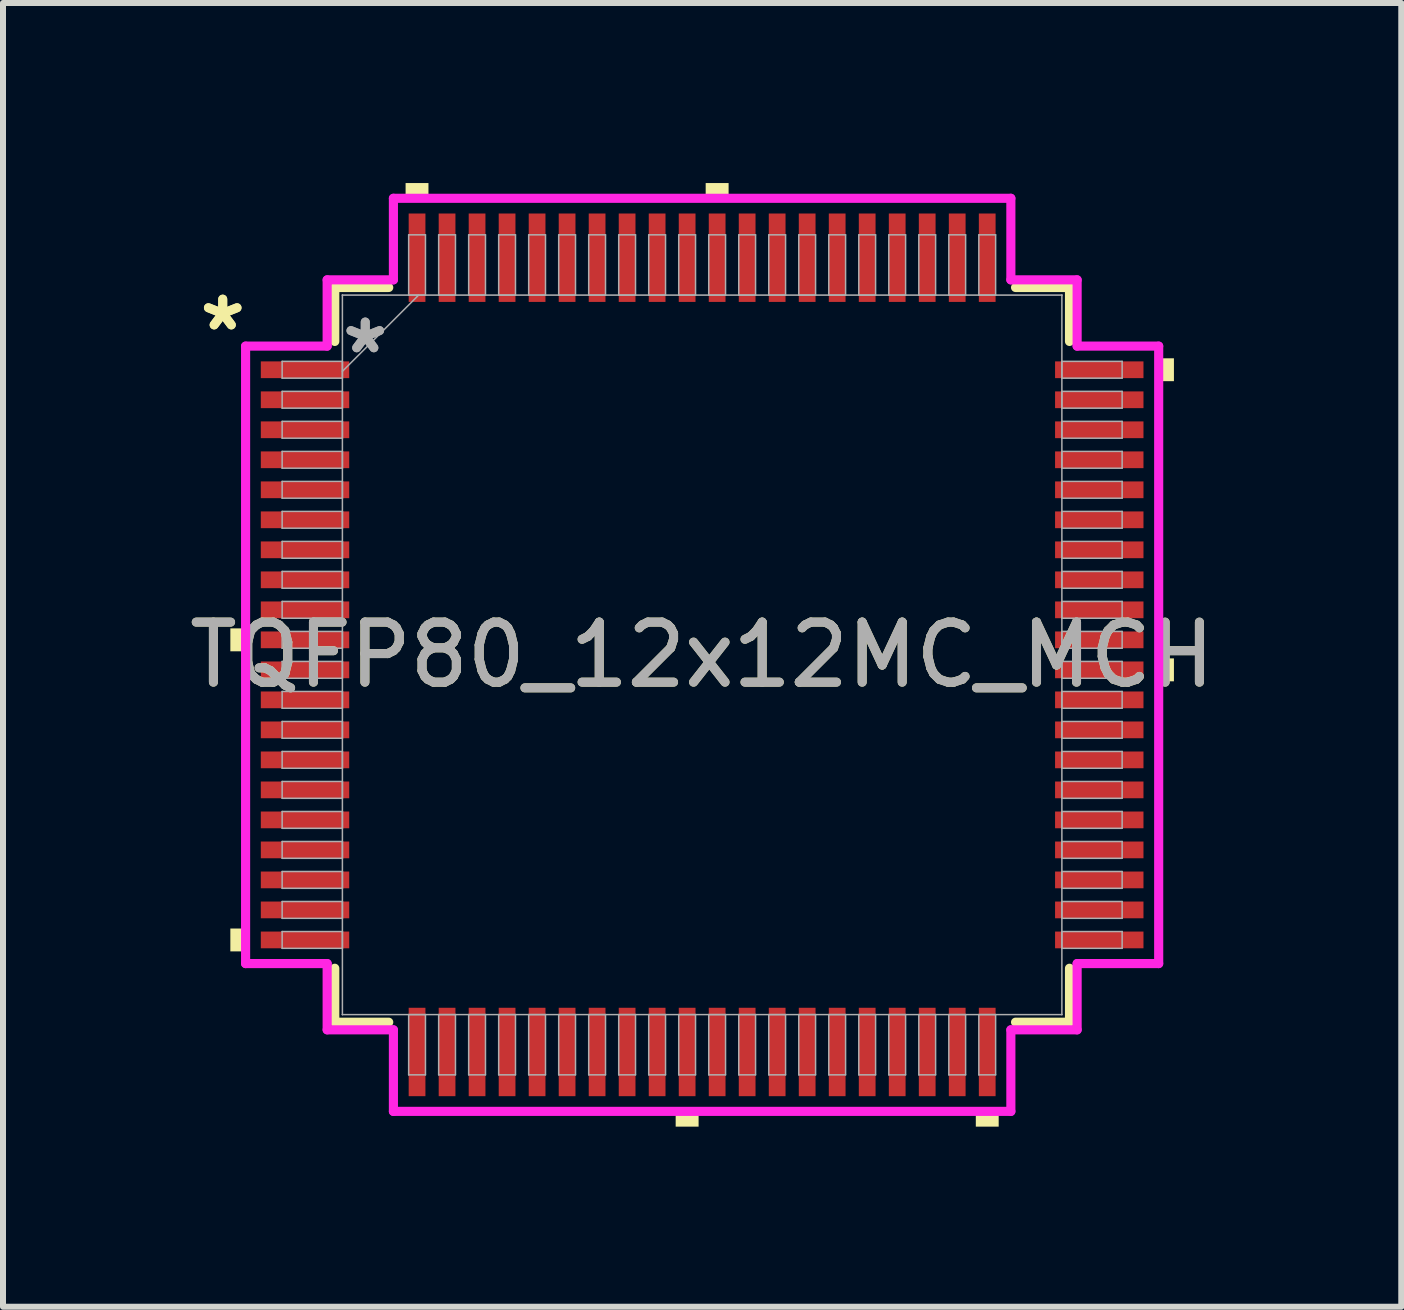
<source format=kicad_pcb>
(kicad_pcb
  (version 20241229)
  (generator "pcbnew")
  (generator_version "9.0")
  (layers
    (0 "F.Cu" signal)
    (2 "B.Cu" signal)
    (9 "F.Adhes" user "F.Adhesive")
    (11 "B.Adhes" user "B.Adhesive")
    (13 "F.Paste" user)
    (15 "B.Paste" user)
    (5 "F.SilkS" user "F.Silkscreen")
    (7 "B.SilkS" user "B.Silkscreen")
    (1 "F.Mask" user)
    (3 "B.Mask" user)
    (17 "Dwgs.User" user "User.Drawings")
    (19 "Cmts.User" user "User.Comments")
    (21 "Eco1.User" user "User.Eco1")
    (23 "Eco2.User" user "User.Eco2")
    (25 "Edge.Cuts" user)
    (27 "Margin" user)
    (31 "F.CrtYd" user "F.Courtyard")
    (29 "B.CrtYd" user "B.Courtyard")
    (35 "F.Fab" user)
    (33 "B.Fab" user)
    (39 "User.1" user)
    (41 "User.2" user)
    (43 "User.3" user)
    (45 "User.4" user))
  (footprint "TQFP80_12x12MC_MCH"
    (layer "F.Cu")
    (at 8.649 7.861)
    (property "Reference" "TQFP80_12x12MC_MCH" (at 0 0 0) (unlocked yes) (layer "F.SilkS") (effects (font (size 1 1) (thickness 0.15))))
    (attr smd)
    (fp_line (start -6.121 -6.121) (end -6.121 -5.222) (stroke (width 0.152) (type solid)) (layer "F.SilkS"))
    (fp_line (start -6.121 5.222) (end -6.121 6.121) (stroke (width 0.152) (type solid)) (layer "F.SilkS"))
    (fp_line (start -6.121 6.121) (end -5.222 6.121) (stroke (width 0.152) (type solid)) (layer "F.SilkS"))
    (fp_line (start -5.222 -6.121) (end -6.121 -6.121) (stroke (width 0.152) (type solid)) (layer "F.SilkS"))
    (fp_line (start 5.222 6.121) (end 6.121 6.121) (stroke (width 0.152) (type solid)) (layer "F.SilkS"))
    (fp_line (start 6.121 -6.121) (end 5.222 -6.121) (stroke (width 0.152) (type solid)) (layer "F.SilkS"))
    (fp_line (start 6.121 -5.222) (end 6.121 -6.121) (stroke (width 0.152) (type solid)) (layer "F.SilkS"))
    (fp_line (start 6.121 6.121) (end 6.121 5.222) (stroke (width 0.152) (type solid)) (layer "F.SilkS"))
    (fp_poly (pts (xy -7.861 -0.441) (xy -7.861 -0.059) (xy -7.607 -0.059) (xy -7.607 -0.441)) (stroke (width 0) (type solid)) (fill yes) (layer "F.SilkS"))
    (fp_poly (pts (xy -7.861 4.56) (xy -7.861 4.941) (xy -7.607 4.941) (xy -7.607 4.56)) (stroke (width 0) (type solid)) (fill yes) (layer "F.SilkS"))
    (fp_poly (pts (xy -4.941 -7.607) (xy -4.941 -7.861) (xy -4.56 -7.861) (xy -4.56 -7.607)) (stroke (width 0) (type solid)) (fill yes) (layer "F.SilkS"))
    (fp_poly (pts (xy -0.441 7.607) (xy -0.441 7.861) (xy -0.059 7.861) (xy -0.059 7.607)) (stroke (width 0) (type solid)) (fill yes) (layer "F.SilkS"))
    (fp_poly (pts (xy 0.059 -7.607) (xy 0.059 -7.861) (xy 0.441 -7.861) (xy 0.441 -7.607)) (stroke (width 0) (type solid)) (fill yes) (layer "F.SilkS"))
    (fp_poly (pts (xy 4.56 7.607) (xy 4.56 7.861) (xy 4.941 7.861) (xy 4.941 7.607)) (stroke (width 0) (type solid)) (fill yes) (layer "F.SilkS"))
    (fp_poly (pts (xy 7.861 -4.941) (xy 7.861 -4.56) (xy 7.607 -4.56) (xy 7.607 -4.941)) (stroke (width 0) (type solid)) (fill yes) (layer "F.SilkS"))
    (fp_poly (pts (xy 7.861 0.059) (xy 7.861 0.441) (xy 7.607 0.441) (xy 7.607 0.059)) (stroke (width 0) (type solid)) (fill yes) (layer "F.SilkS"))
    (fp_line (start -7.607 -5.144) (end -6.248 -5.144) (stroke (width 0.152) (type solid)) (layer "F.CrtYd"))
    (fp_line (start -7.607 5.144) (end -7.607 -5.144) (stroke (width 0.152) (type solid)) (layer "F.CrtYd"))
    (fp_line (start -6.248 -6.248) (end -5.144 -6.248) (stroke (width 0.152) (type solid)) (layer "F.CrtYd"))
    (fp_line (start -6.248 -5.144) (end -6.248 -6.248) (stroke (width 0.152) (type solid)) (layer "F.CrtYd"))
    (fp_line (start -6.248 5.144) (end -7.607 5.144) (stroke (width 0.152) (type solid)) (layer "F.CrtYd"))
    (fp_line (start -6.248 6.248) (end -6.248 5.144) (stroke (width 0.152) (type solid)) (layer "F.CrtYd"))
    (fp_line (start -6.248 6.248) (end -5.144 6.248) (stroke (width 0.152) (type solid)) (layer "F.CrtYd"))
    (fp_line (start -5.144 -7.607) (end 5.144 -7.607) (stroke (width 0.152) (type solid)) (layer "F.CrtYd"))
    (fp_line (start -5.144 -6.248) (end -5.144 -7.607) (stroke (width 0.152) (type solid)) (layer "F.CrtYd"))
    (fp_line (start -5.144 6.248) (end -5.144 7.607) (stroke (width 0.152) (type solid)) (layer "F.CrtYd"))
    (fp_line (start -5.144 7.607) (end 5.144 7.607) (stroke (width 0.152) (type solid)) (layer "F.CrtYd"))
    (fp_line (start 5.144 -7.607) (end 5.144 -6.248) (stroke (width 0.152) (type solid)) (layer "F.CrtYd"))
    (fp_line (start 5.144 -6.248) (end 6.248 -6.248) (stroke (width 0.152) (type solid)) (layer "F.CrtYd"))
    (fp_line (start 5.144 6.248) (end 6.248 6.248) (stroke (width 0.152) (type solid)) (layer "F.CrtYd"))
    (fp_line (start 5.144 7.607) (end 5.144 6.248) (stroke (width 0.152) (type solid)) (layer "F.CrtYd"))
    (fp_line (start 6.248 -5.144) (end 6.248 -6.248) (stroke (width 0.152) (type solid)) (layer "F.CrtYd"))
    (fp_line (start 6.248 5.144) (end 7.607 5.144) (stroke (width 0.152) (type solid)) (layer "F.CrtYd"))
    (fp_line (start 6.248 6.248) (end 6.248 5.144) (stroke (width 0.152) (type solid)) (layer "F.CrtYd"))
    (fp_line (start 7.607 -5.144) (end 6.248 -5.144) (stroke (width 0.152) (type solid)) (layer "F.CrtYd"))
    (fp_line (start 7.607 5.144) (end 7.607 -5.144) (stroke (width 0.152) (type solid)) (layer "F.CrtYd"))
    (fp_line (start -6.998 -4.89) (end -6.998 -4.61) (stroke (width 0.025) (type solid)) (layer "F.Fab"))
    (fp_line (start -6.998 -4.61) (end -5.994 -4.61) (stroke (width 0.025) (type solid)) (layer "F.Fab"))
    (fp_line (start -6.998 -4.39) (end -6.998 -4.11) (stroke (width 0.025) (type solid)) (layer "F.Fab"))
    (fp_line (start -6.998 -4.11) (end -5.994 -4.11) (stroke (width 0.025) (type solid)) (layer "F.Fab"))
    (fp_line (start -6.998 -3.89) (end -6.998 -3.61) (stroke (width 0.025) (type solid)) (layer "F.Fab"))
    (fp_line (start -6.998 -3.61) (end -5.994 -3.61) (stroke (width 0.025) (type solid)) (layer "F.Fab"))
    (fp_line (start -6.998 -3.39) (end -6.998 -3.11) (stroke (width 0.025) (type solid)) (layer "F.Fab"))
    (fp_line (start -6.998 -3.11) (end -5.994 -3.11) (stroke (width 0.025) (type solid)) (layer "F.Fab"))
    (fp_line (start -6.998 -2.89) (end -6.998 -2.61) (stroke (width 0.025) (type solid)) (layer "F.Fab"))
    (fp_line (start -6.998 -2.61) (end -5.994 -2.61) (stroke (width 0.025) (type solid)) (layer "F.Fab"))
    (fp_line (start -6.998 -2.39) (end -6.998 -2.11) (stroke (width 0.025) (type solid)) (layer "F.Fab"))
    (fp_line (start -6.998 -2.11) (end -5.994 -2.11) (stroke (width 0.025) (type solid)) (layer "F.Fab"))
    (fp_line (start -6.998 -1.89) (end -6.998 -1.61) (stroke (width 0.025) (type solid)) (layer "F.Fab"))
    (fp_line (start -6.998 -1.61) (end -5.994 -1.61) (stroke (width 0.025) (type solid)) (layer "F.Fab"))
    (fp_line (start -6.998 -1.39) (end -6.998 -1.11) (stroke (width 0.025) (type solid)) (layer "F.Fab"))
    (fp_line (start -6.998 -1.11) (end -5.994 -1.11) (stroke (width 0.025) (type solid)) (layer "F.Fab"))
    (fp_line (start -6.998 -0.89) (end -6.998 -0.61) (stroke (width 0.025) (type solid)) (layer "F.Fab"))
    (fp_line (start -6.998 -0.61) (end -5.994 -0.61) (stroke (width 0.025) (type solid)) (layer "F.Fab"))
    (fp_line (start -6.998 -0.39) (end -6.998 -0.11) (stroke (width 0.025) (type solid)) (layer "F.Fab"))
    (fp_line (start -6.998 -0.11) (end -5.994 -0.11) (stroke (width 0.025) (type solid)) (layer "F.Fab"))
    (fp_line (start -6.998 0.11) (end -6.998 0.39) (stroke (width 0.025) (type solid)) (layer "F.Fab"))
    (fp_line (start -6.998 0.39) (end -5.994 0.39) (stroke (width 0.025) (type solid)) (layer "F.Fab"))
    (fp_line (start -6.998 0.61) (end -6.998 0.89) (stroke (width 0.025) (type solid)) (layer "F.Fab"))
    (fp_line (start -6.998 0.89) (end -5.994 0.89) (stroke (width 0.025) (type solid)) (layer "F.Fab"))
    (fp_line (start -6.998 1.11) (end -6.998 1.39) (stroke (width 0.025) (type solid)) (layer "F.Fab"))
    (fp_line (start -6.998 1.39) (end -5.994 1.39) (stroke (width 0.025) (type solid)) (layer "F.Fab"))
    (fp_line (start -6.998 1.61) (end -6.998 1.89) (stroke (width 0.025) (type solid)) (layer "F.Fab"))
    (fp_line (start -6.998 1.89) (end -5.994 1.89) (stroke (width 0.025) (type solid)) (layer "F.Fab"))
    (fp_line (start -6.998 2.11) (end -6.998 2.39) (stroke (width 0.025) (type solid)) (layer "F.Fab"))
    (fp_line (start -6.998 2.39) (end -5.994 2.39) (stroke (width 0.025) (type solid)) (layer "F.Fab"))
    (fp_line (start -6.998 2.61) (end -6.998 2.89) (stroke (width 0.025) (type solid)) (layer "F.Fab"))
    (fp_line (start -6.998 2.89) (end -5.994 2.89) (stroke (width 0.025) (type solid)) (layer "F.Fab"))
    (fp_line (start -6.998 3.11) (end -6.998 3.39) (stroke (width 0.025) (type solid)) (layer "F.Fab"))
    (fp_line (start -6.998 3.39) (end -5.994 3.39) (stroke (width 0.025) (type solid)) (layer "F.Fab"))
    (fp_line (start -6.998 3.61) (end -6.998 3.89) (stroke (width 0.025) (type solid)) (layer "F.Fab"))
    (fp_line (start -6.998 3.89) (end -5.994 3.89) (stroke (width 0.025) (type solid)) (layer "F.Fab"))
    (fp_line (start -6.998 4.11) (end -6.998 4.39) (stroke (width 0.025) (type solid)) (layer "F.Fab"))
    (fp_line (start -6.998 4.39) (end -5.994 4.39) (stroke (width 0.025) (type solid)) (layer "F.Fab"))
    (fp_line (start -6.998 4.61) (end -6.998 4.89) (stroke (width 0.025) (type solid)) (layer "F.Fab"))
    (fp_line (start -6.998 4.89) (end -5.994 4.89) (stroke (width 0.025) (type solid)) (layer "F.Fab"))
    (fp_line (start -5.994 -5.994) (end -5.994 -5.994) (stroke (width 0.025) (type solid)) (layer "F.Fab"))
    (fp_line (start -5.994 -5.994) (end -5.994 5.994) (stroke (width 0.025) (type solid)) (layer "F.Fab"))
    (fp_line (start -5.994 -4.89) (end -6.998 -4.89) (stroke (width 0.025) (type solid)) (layer "F.Fab"))
    (fp_line (start -5.994 -4.724) (end -4.724 -5.994) (stroke (width 0.025) (type solid)) (layer "F.Fab"))
    (fp_line (start -5.994 -4.61) (end -5.994 -4.89) (stroke (width 0.025) (type solid)) (layer "F.Fab"))
    (fp_line (start -5.994 -4.39) (end -6.998 -4.39) (stroke (width 0.025) (type solid)) (layer "F.Fab"))
    (fp_line (start -5.994 -4.11) (end -5.994 -4.39) (stroke (width 0.025) (type solid)) (layer "F.Fab"))
    (fp_line (start -5.994 -3.89) (end -6.998 -3.89) (stroke (width 0.025) (type solid)) (layer "F.Fab"))
    (fp_line (start -5.994 -3.61) (end -5.994 -3.89) (stroke (width 0.025) (type solid)) (layer "F.Fab"))
    (fp_line (start -5.994 -3.39) (end -6.998 -3.39) (stroke (width 0.025) (type solid)) (layer "F.Fab"))
    (fp_line (start -5.994 -3.11) (end -5.994 -3.39) (stroke (width 0.025) (type solid)) (layer "F.Fab"))
    (fp_line (start -5.994 -2.89) (end -6.998 -2.89) (stroke (width 0.025) (type solid)) (layer "F.Fab"))
    (fp_line (start -5.994 -2.61) (end -5.994 -2.89) (stroke (width 0.025) (type solid)) (layer "F.Fab"))
    (fp_line (start -5.994 -2.39) (end -6.998 -2.39) (stroke (width 0.025) (type solid)) (layer "F.Fab"))
    (fp_line (start -5.994 -2.11) (end -5.994 -2.39) (stroke (width 0.025) (type solid)) (layer "F.Fab"))
    (fp_line (start -5.994 -1.89) (end -6.998 -1.89) (stroke (width 0.025) (type solid)) (layer "F.Fab"))
    (fp_line (start -5.994 -1.61) (end -5.994 -1.89) (stroke (width 0.025) (type solid)) (layer "F.Fab"))
    (fp_line (start -5.994 -1.39) (end -6.998 -1.39) (stroke (width 0.025) (type solid)) (layer "F.Fab"))
    (fp_line (start -5.994 -1.11) (end -5.994 -1.39) (stroke (width 0.025) (type solid)) (layer "F.Fab"))
    (fp_line (start -5.994 -0.89) (end -6.998 -0.89) (stroke (width 0.025) (type solid)) (layer "F.Fab"))
    (fp_line (start -5.994 -0.61) (end -5.994 -0.89) (stroke (width 0.025) (type solid)) (layer "F.Fab"))
    (fp_line (start -5.994 -0.39) (end -6.998 -0.39) (stroke (width 0.025) (type solid)) (layer "F.Fab"))
    (fp_line (start -5.994 -0.11) (end -5.994 -0.39) (stroke (width 0.025) (type solid)) (layer "F.Fab"))
    (fp_line (start -5.994 0.11) (end -6.998 0.11) (stroke (width 0.025) (type solid)) (layer "F.Fab"))
    (fp_line (start -5.994 0.39) (end -5.994 0.11) (stroke (width 0.025) (type solid)) (layer "F.Fab"))
    (fp_line (start -5.994 0.61) (end -6.998 0.61) (stroke (width 0.025) (type solid)) (layer "F.Fab"))
    (fp_line (start -5.994 0.89) (end -5.994 0.61) (stroke (width 0.025) (type solid)) (layer "F.Fab"))
    (fp_line (start -5.994 1.11) (end -6.998 1.11) (stroke (width 0.025) (type solid)) (layer "F.Fab"))
    (fp_line (start -5.994 1.39) (end -5.994 1.11) (stroke (width 0.025) (type solid)) (layer "F.Fab"))
    (fp_line (start -5.994 1.61) (end -6.998 1.61) (stroke (width 0.025) (type solid)) (layer "F.Fab"))
    (fp_line (start -5.994 1.89) (end -5.994 1.61) (stroke (width 0.025) (type solid)) (layer "F.Fab"))
    (fp_line (start -5.994 2.11) (end -6.998 2.11) (stroke (width 0.025) (type solid)) (layer "F.Fab"))
    (fp_line (start -5.994 2.39) (end -5.994 2.11) (stroke (width 0.025) (type solid)) (layer "F.Fab"))
    (fp_line (start -5.994 2.61) (end -6.998 2.61) (stroke (width 0.025) (type solid)) (layer "F.Fab"))
    (fp_line (start -5.994 2.89) (end -5.994 2.61) (stroke (width 0.025) (type solid)) (layer "F.Fab"))
    (fp_line (start -5.994 3.11) (end -6.998 3.11) (stroke (width 0.025) (type solid)) (layer "F.Fab"))
    (fp_line (start -5.994 3.39) (end -5.994 3.11) (stroke (width 0.025) (type solid)) (layer "F.Fab"))
    (fp_line (start -5.994 3.61) (end -6.998 3.61) (stroke (width 0.025) (type solid)) (layer "F.Fab"))
    (fp_line (start -5.994 3.89) (end -5.994 3.61) (stroke (width 0.025) (type solid)) (layer "F.Fab"))
    (fp_line (start -5.994 4.11) (end -6.998 4.11) (stroke (width 0.025) (type solid)) (layer "F.Fab"))
    (fp_line (start -5.994 4.39) (end -5.994 4.11) (stroke (width 0.025) (type solid)) (layer "F.Fab"))
    (fp_line (start -5.994 4.61) (end -6.998 4.61) (stroke (width 0.025) (type solid)) (layer "F.Fab"))
    (fp_line (start -5.994 4.89) (end -5.994 4.61) (stroke (width 0.025) (type solid)) (layer "F.Fab"))
    (fp_line (start -5.994 5.994) (end -5.994 5.994) (stroke (width 0.025) (type solid)) (layer "F.Fab"))
    (fp_line (start -5.994 5.994) (end 5.994 5.994) (stroke (width 0.025) (type solid)) (layer "F.Fab"))
    (fp_line (start -4.89 -6.998) (end -4.89 -5.994) (stroke (width 0.025) (type solid)) (layer "F.Fab"))
    (fp_line (start -4.89 -5.994) (end -4.61 -5.994) (stroke (width 0.025) (type solid)) (layer "F.Fab"))
    (fp_line (start -4.89 5.994) (end -4.89 6.998) (stroke (width 0.025) (type solid)) (layer "F.Fab"))
    (fp_line (start -4.89 6.998) (end -4.61 6.998) (stroke (width 0.025) (type solid)) (layer "F.Fab"))
    (fp_line (start -4.61 -6.998) (end -4.89 -6.998) (stroke (width 0.025) (type solid)) (layer "F.Fab"))
    (fp_line (start -4.61 -5.994) (end -4.61 -6.998) (stroke (width 0.025) (type solid)) (layer "F.Fab"))
    (fp_line (start -4.61 5.994) (end -4.89 5.994) (stroke (width 0.025) (type solid)) (layer "F.Fab"))
    (fp_line (start -4.61 6.998) (end -4.61 5.994) (stroke (width 0.025) (type solid)) (layer "F.Fab"))
    (fp_line (start -4.39 -6.998) (end -4.39 -5.994) (stroke (width 0.025) (type solid)) (layer "F.Fab"))
    (fp_line (start -4.39 -5.994) (end -4.11 -5.994) (stroke (width 0.025) (type solid)) (layer "F.Fab"))
    (fp_line (start -4.39 5.994) (end -4.39 6.998) (stroke (width 0.025) (type solid)) (layer "F.Fab"))
    (fp_line (start -4.39 6.998) (end -4.11 6.998) (stroke (width 0.025) (type solid)) (layer "F.Fab"))
    (fp_line (start -4.11 -6.998) (end -4.39 -6.998) (stroke (width 0.025) (type solid)) (layer "F.Fab"))
    (fp_line (start -4.11 -5.994) (end -4.11 -6.998) (stroke (width 0.025) (type solid)) (layer "F.Fab"))
    (fp_line (start -4.11 5.994) (end -4.39 5.994) (stroke (width 0.025) (type solid)) (layer "F.Fab"))
    (fp_line (start -4.11 6.998) (end -4.11 5.994) (stroke (width 0.025) (type solid)) (layer "F.Fab"))
    (fp_line (start -3.89 -6.998) (end -3.89 -5.994) (stroke (width 0.025) (type solid)) (layer "F.Fab"))
    (fp_line (start -3.89 -5.994) (end -3.61 -5.994) (stroke (width 0.025) (type solid)) (layer "F.Fab"))
    (fp_line (start -3.89 5.994) (end -3.89 6.998) (stroke (width 0.025) (type solid)) (layer "F.Fab"))
    (fp_line (start -3.89 6.998) (end -3.61 6.998) (stroke (width 0.025) (type solid)) (layer "F.Fab"))
    (fp_line (start -3.61 -6.998) (end -3.89 -6.998) (stroke (width 0.025) (type solid)) (layer "F.Fab"))
    (fp_line (start -3.61 -5.994) (end -3.61 -6.998) (stroke (width 0.025) (type solid)) (layer "F.Fab"))
    (fp_line (start -3.61 5.994) (end -3.89 5.994) (stroke (width 0.025) (type solid)) (layer "F.Fab"))
    (fp_line (start -3.61 6.998) (end -3.61 5.994) (stroke (width 0.025) (type solid)) (layer "F.Fab"))
    (fp_line (start -3.39 -6.998) (end -3.39 -5.994) (stroke (width 0.025) (type solid)) (layer "F.Fab"))
    (fp_line (start -3.39 -5.994) (end -3.11 -5.994) (stroke (width 0.025) (type solid)) (layer "F.Fab"))
    (fp_line (start -3.39 5.994) (end -3.39 6.998) (stroke (width 0.025) (type solid)) (layer "F.Fab"))
    (fp_line (start -3.39 6.998) (end -3.11 6.998) (stroke (width 0.025) (type solid)) (layer "F.Fab"))
    (fp_line (start -3.11 -6.998) (end -3.39 -6.998) (stroke (width 0.025) (type solid)) (layer "F.Fab"))
    (fp_line (start -3.11 -5.994) (end -3.11 -6.998) (stroke (width 0.025) (type solid)) (layer "F.Fab"))
    (fp_line (start -3.11 5.994) (end -3.39 5.994) (stroke (width 0.025) (type solid)) (layer "F.Fab"))
    (fp_line (start -3.11 6.998) (end -3.11 5.994) (stroke (width 0.025) (type solid)) (layer "F.Fab"))
    (fp_line (start -2.89 -6.998) (end -2.89 -5.994) (stroke (width 0.025) (type solid)) (layer "F.Fab"))
    (fp_line (start -2.89 -5.994) (end -2.61 -5.994) (stroke (width 0.025) (type solid)) (layer "F.Fab"))
    (fp_line (start -2.89 5.994) (end -2.89 6.998) (stroke (width 0.025) (type solid)) (layer "F.Fab"))
    (fp_line (start -2.89 6.998) (end -2.61 6.998) (stroke (width 0.025) (type solid)) (layer "F.Fab"))
    (fp_line (start -2.61 -6.998) (end -2.89 -6.998) (stroke (width 0.025) (type solid)) (layer "F.Fab"))
    (fp_line (start -2.61 -5.994) (end -2.61 -6.998) (stroke (width 0.025) (type solid)) (layer "F.Fab"))
    (fp_line (start -2.61 5.994) (end -2.89 5.994) (stroke (width 0.025) (type solid)) (layer "F.Fab"))
    (fp_line (start -2.61 6.998) (end -2.61 5.994) (stroke (width 0.025) (type solid)) (layer "F.Fab"))
    (fp_line (start -2.39 -6.998) (end -2.39 -5.994) (stroke (width 0.025) (type solid)) (layer "F.Fab"))
    (fp_line (start -2.39 -5.994) (end -2.11 -5.994) (stroke (width 0.025) (type solid)) (layer "F.Fab"))
    (fp_line (start -2.39 5.994) (end -2.39 6.998) (stroke (width 0.025) (type solid)) (layer "F.Fab"))
    (fp_line (start -2.39 6.998) (end -2.11 6.998) (stroke (width 0.025) (type solid)) (layer "F.Fab"))
    (fp_line (start -2.11 -6.998) (end -2.39 -6.998) (stroke (width 0.025) (type solid)) (layer "F.Fab"))
    (fp_line (start -2.11 -5.994) (end -2.11 -6.998) (stroke (width 0.025) (type solid)) (layer "F.Fab"))
    (fp_line (start -2.11 5.994) (end -2.39 5.994) (stroke (width 0.025) (type solid)) (layer "F.Fab"))
    (fp_line (start -2.11 6.998) (end -2.11 5.994) (stroke (width 0.025) (type solid)) (layer "F.Fab"))
    (fp_line (start -1.89 -6.998) (end -1.89 -5.994) (stroke (width 0.025) (type solid)) (layer "F.Fab"))
    (fp_line (start -1.89 -5.994) (end -1.61 -5.994) (stroke (width 0.025) (type solid)) (layer "F.Fab"))
    (fp_line (start -1.89 5.994) (end -1.89 6.998) (stroke (width 0.025) (type solid)) (layer "F.Fab"))
    (fp_line (start -1.89 6.998) (end -1.61 6.998) (stroke (width 0.025) (type solid)) (layer "F.Fab"))
    (fp_line (start -1.61 -6.998) (end -1.89 -6.998) (stroke (width 0.025) (type solid)) (layer "F.Fab"))
    (fp_line (start -1.61 -5.994) (end -1.61 -6.998) (stroke (width 0.025) (type solid)) (layer "F.Fab"))
    (fp_line (start -1.61 5.994) (end -1.89 5.994) (stroke (width 0.025) (type solid)) (layer "F.Fab"))
    (fp_line (start -1.61 6.998) (end -1.61 5.994) (stroke (width 0.025) (type solid)) (layer "F.Fab"))
    (fp_line (start -1.39 -6.998) (end -1.39 -5.994) (stroke (width 0.025) (type solid)) (layer "F.Fab"))
    (fp_line (start -1.39 -5.994) (end -1.11 -5.994) (stroke (width 0.025) (type solid)) (layer "F.Fab"))
    (fp_line (start -1.39 5.994) (end -1.39 6.998) (stroke (width 0.025) (type solid)) (layer "F.Fab"))
    (fp_line (start -1.39 6.998) (end -1.11 6.998) (stroke (width 0.025) (type solid)) (layer "F.Fab"))
    (fp_line (start -1.11 -6.998) (end -1.39 -6.998) (stroke (width 0.025) (type solid)) (layer "F.Fab"))
    (fp_line (start -1.11 -5.994) (end -1.11 -6.998) (stroke (width 0.025) (type solid)) (layer "F.Fab"))
    (fp_line (start -1.11 5.994) (end -1.39 5.994) (stroke (width 0.025) (type solid)) (layer "F.Fab"))
    (fp_line (start -1.11 6.998) (end -1.11 5.994) (stroke (width 0.025) (type solid)) (layer "F.Fab"))
    (fp_line (start -0.89 -6.998) (end -0.89 -5.994) (stroke (width 0.025) (type solid)) (layer "F.Fab"))
    (fp_line (start -0.89 -5.994) (end -0.61 -5.994) (stroke (width 0.025) (type solid)) (layer "F.Fab"))
    (fp_line (start -0.89 5.994) (end -0.89 6.998) (stroke (width 0.025) (type solid)) (layer "F.Fab"))
    (fp_line (start -0.89 6.998) (end -0.61 6.998) (stroke (width 0.025) (type solid)) (layer "F.Fab"))
    (fp_line (start -0.61 -6.998) (end -0.89 -6.998) (stroke (width 0.025) (type solid)) (layer "F.Fab"))
    (fp_line (start -0.61 -5.994) (end -0.61 -6.998) (stroke (width 0.025) (type solid)) (layer "F.Fab"))
    (fp_line (start -0.61 5.994) (end -0.89 5.994) (stroke (width 0.025) (type solid)) (layer "F.Fab"))
    (fp_line (start -0.61 6.998) (end -0.61 5.994) (stroke (width 0.025) (type solid)) (layer "F.Fab"))
    (fp_line (start -0.39 -6.998) (end -0.39 -5.994) (stroke (width 0.025) (type solid)) (layer "F.Fab"))
    (fp_line (start -0.39 -5.994) (end -0.11 -5.994) (stroke (width 0.025) (type solid)) (layer "F.Fab"))
    (fp_line (start -0.39 5.994) (end -0.39 6.998) (stroke (width 0.025) (type solid)) (layer "F.Fab"))
    (fp_line (start -0.39 6.998) (end -0.11 6.998) (stroke (width 0.025) (type solid)) (layer "F.Fab"))
    (fp_line (start -0.11 -6.998) (end -0.39 -6.998) (stroke (width 0.025) (type solid)) (layer "F.Fab"))
    (fp_line (start -0.11 -5.994) (end -0.11 -6.998) (stroke (width 0.025) (type solid)) (layer "F.Fab"))
    (fp_line (start -0.11 5.994) (end -0.39 5.994) (stroke (width 0.025) (type solid)) (layer "F.Fab"))
    (fp_line (start -0.11 6.998) (end -0.11 5.994) (stroke (width 0.025) (type solid)) (layer "F.Fab"))
    (fp_line (start 0.11 -6.998) (end 0.11 -5.994) (stroke (width 0.025) (type solid)) (layer "F.Fab"))
    (fp_line (start 0.11 -5.994) (end 0.39 -5.994) (stroke (width 0.025) (type solid)) (layer "F.Fab"))
    (fp_line (start 0.11 5.994) (end 0.11 6.998) (stroke (width 0.025) (type solid)) (layer "F.Fab"))
    (fp_line (start 0.11 6.998) (end 0.39 6.998) (stroke (width 0.025) (type solid)) (layer "F.Fab"))
    (fp_line (start 0.39 -6.998) (end 0.11 -6.998) (stroke (width 0.025) (type solid)) (layer "F.Fab"))
    (fp_line (start 0.39 -5.994) (end 0.39 -6.998) (stroke (width 0.025) (type solid)) (layer "F.Fab"))
    (fp_line (start 0.39 5.994) (end 0.11 5.994) (stroke (width 0.025) (type solid)) (layer "F.Fab"))
    (fp_line (start 0.39 6.998) (end 0.39 5.994) (stroke (width 0.025) (type solid)) (layer "F.Fab"))
    (fp_line (start 0.61 -6.998) (end 0.61 -5.994) (stroke (width 0.025) (type solid)) (layer "F.Fab"))
    (fp_line (start 0.61 -5.994) (end 0.89 -5.994) (stroke (width 0.025) (type solid)) (layer "F.Fab"))
    (fp_line (start 0.61 5.994) (end 0.61 6.998) (stroke (width 0.025) (type solid)) (layer "F.Fab"))
    (fp_line (start 0.61 6.998) (end 0.89 6.998) (stroke (width 0.025) (type solid)) (layer "F.Fab"))
    (fp_line (start 0.89 -6.998) (end 0.61 -6.998) (stroke (width 0.025) (type solid)) (layer "F.Fab"))
    (fp_line (start 0.89 -5.994) (end 0.89 -6.998) (stroke (width 0.025) (type solid)) (layer "F.Fab"))
    (fp_line (start 0.89 5.994) (end 0.61 5.994) (stroke (width 0.025) (type solid)) (layer "F.Fab"))
    (fp_line (start 0.89 6.998) (end 0.89 5.994) (stroke (width 0.025) (type solid)) (layer "F.Fab"))
    (fp_line (start 1.11 -6.998) (end 1.11 -5.994) (stroke (width 0.025) (type solid)) (layer "F.Fab"))
    (fp_line (start 1.11 -5.994) (end 1.39 -5.994) (stroke (width 0.025) (type solid)) (layer "F.Fab"))
    (fp_line (start 1.11 5.994) (end 1.11 6.998) (stroke (width 0.025) (type solid)) (layer "F.Fab"))
    (fp_line (start 1.11 6.998) (end 1.39 6.998) (stroke (width 0.025) (type solid)) (layer "F.Fab"))
    (fp_line (start 1.39 -6.998) (end 1.11 -6.998) (stroke (width 0.025) (type solid)) (layer "F.Fab"))
    (fp_line (start 1.39 -5.994) (end 1.39 -6.998) (stroke (width 0.025) (type solid)) (layer "F.Fab"))
    (fp_line (start 1.39 5.994) (end 1.11 5.994) (stroke (width 0.025) (type solid)) (layer "F.Fab"))
    (fp_line (start 1.39 6.998) (end 1.39 5.994) (stroke (width 0.025) (type solid)) (layer "F.Fab"))
    (fp_line (start 1.61 -6.998) (end 1.61 -5.994) (stroke (width 0.025) (type solid)) (layer "F.Fab"))
    (fp_line (start 1.61 -5.994) (end 1.89 -5.994) (stroke (width 0.025) (type solid)) (layer "F.Fab"))
    (fp_line (start 1.61 5.994) (end 1.61 6.998) (stroke (width 0.025) (type solid)) (layer "F.Fab"))
    (fp_line (start 1.61 6.998) (end 1.89 6.998) (stroke (width 0.025) (type solid)) (layer "F.Fab"))
    (fp_line (start 1.89 -6.998) (end 1.61 -6.998) (stroke (width 0.025) (type solid)) (layer "F.Fab"))
    (fp_line (start 1.89 -5.994) (end 1.89 -6.998) (stroke (width 0.025) (type solid)) (layer "F.Fab"))
    (fp_line (start 1.89 5.994) (end 1.61 5.994) (stroke (width 0.025) (type solid)) (layer "F.Fab"))
    (fp_line (start 1.89 6.998) (end 1.89 5.994) (stroke (width 0.025) (type solid)) (layer "F.Fab"))
    (fp_line (start 2.11 -6.998) (end 2.11 -5.994) (stroke (width 0.025) (type solid)) (layer "F.Fab"))
    (fp_line (start 2.11 -5.994) (end 2.39 -5.994) (stroke (width 0.025) (type solid)) (layer "F.Fab"))
    (fp_line (start 2.11 5.994) (end 2.11 6.998) (stroke (width 0.025) (type solid)) (layer "F.Fab"))
    (fp_line (start 2.11 6.998) (end 2.39 6.998) (stroke (width 0.025) (type solid)) (layer "F.Fab"))
    (fp_line (start 2.39 -6.998) (end 2.11 -6.998) (stroke (width 0.025) (type solid)) (layer "F.Fab"))
    (fp_line (start 2.39 -5.994) (end 2.39 -6.998) (stroke (width 0.025) (type solid)) (layer "F.Fab"))
    (fp_line (start 2.39 5.994) (end 2.11 5.994) (stroke (width 0.025) (type solid)) (layer "F.Fab"))
    (fp_line (start 2.39 6.998) (end 2.39 5.994) (stroke (width 0.025) (type solid)) (layer "F.Fab"))
    (fp_line (start 2.61 -6.998) (end 2.61 -5.994) (stroke (width 0.025) (type solid)) (layer "F.Fab"))
    (fp_line (start 2.61 -5.994) (end 2.89 -5.994) (stroke (width 0.025) (type solid)) (layer "F.Fab"))
    (fp_line (start 2.61 5.994) (end 2.61 6.998) (stroke (width 0.025) (type solid)) (layer "F.Fab"))
    (fp_line (start 2.61 6.998) (end 2.89 6.998) (stroke (width 0.025) (type solid)) (layer "F.Fab"))
    (fp_line (start 2.89 -6.998) (end 2.61 -6.998) (stroke (width 0.025) (type solid)) (layer "F.Fab"))
    (fp_line (start 2.89 -5.994) (end 2.89 -6.998) (stroke (width 0.025) (type solid)) (layer "F.Fab"))
    (fp_line (start 2.89 5.994) (end 2.61 5.994) (stroke (width 0.025) (type solid)) (layer "F.Fab"))
    (fp_line (start 2.89 6.998) (end 2.89 5.994) (stroke (width 0.025) (type solid)) (layer "F.Fab"))
    (fp_line (start 3.11 -6.998) (end 3.11 -5.994) (stroke (width 0.025) (type solid)) (layer "F.Fab"))
    (fp_line (start 3.11 -5.994) (end 3.39 -5.994) (stroke (width 0.025) (type solid)) (layer "F.Fab"))
    (fp_line (start 3.11 5.994) (end 3.11 6.998) (stroke (width 0.025) (type solid)) (layer "F.Fab"))
    (fp_line (start 3.11 6.998) (end 3.39 6.998) (stroke (width 0.025) (type solid)) (layer "F.Fab"))
    (fp_line (start 3.39 -6.998) (end 3.11 -6.998) (stroke (width 0.025) (type solid)) (layer "F.Fab"))
    (fp_line (start 3.39 -5.994) (end 3.39 -6.998) (stroke (width 0.025) (type solid)) (layer "F.Fab"))
    (fp_line (start 3.39 5.994) (end 3.11 5.994) (stroke (width 0.025) (type solid)) (layer "F.Fab"))
    (fp_line (start 3.39 6.998) (end 3.39 5.994) (stroke (width 0.025) (type solid)) (layer "F.Fab"))
    (fp_line (start 3.61 -6.998) (end 3.61 -5.994) (stroke (width 0.025) (type solid)) (layer "F.Fab"))
    (fp_line (start 3.61 -5.994) (end 3.89 -5.994) (stroke (width 0.025) (type solid)) (layer "F.Fab"))
    (fp_line (start 3.61 5.994) (end 3.61 6.998) (stroke (width 0.025) (type solid)) (layer "F.Fab"))
    (fp_line (start 3.61 6.998) (end 3.89 6.998) (stroke (width 0.025) (type solid)) (layer "F.Fab"))
    (fp_line (start 3.89 -6.998) (end 3.61 -6.998) (stroke (width 0.025) (type solid)) (layer "F.Fab"))
    (fp_line (start 3.89 -5.994) (end 3.89 -6.998) (stroke (width 0.025) (type solid)) (layer "F.Fab"))
    (fp_line (start 3.89 5.994) (end 3.61 5.994) (stroke (width 0.025) (type solid)) (layer "F.Fab"))
    (fp_line (start 3.89 6.998) (end 3.89 5.994) (stroke (width 0.025) (type solid)) (layer "F.Fab"))
    (fp_line (start 4.11 -6.998) (end 4.11 -5.994) (stroke (width 0.025) (type solid)) (layer "F.Fab"))
    (fp_line (start 4.11 -5.994) (end 4.39 -5.994) (stroke (width 0.025) (type solid)) (layer "F.Fab"))
    (fp_line (start 4.11 5.994) (end 4.11 6.998) (stroke (width 0.025) (type solid)) (layer "F.Fab"))
    (fp_line (start 4.11 6.998) (end 4.39 6.998) (stroke (width 0.025) (type solid)) (layer "F.Fab"))
    (fp_line (start 4.39 -6.998) (end 4.11 -6.998) (stroke (width 0.025) (type solid)) (layer "F.Fab"))
    (fp_line (start 4.39 -5.994) (end 4.39 -6.998) (stroke (width 0.025) (type solid)) (layer "F.Fab"))
    (fp_line (start 4.39 5.994) (end 4.11 5.994) (stroke (width 0.025) (type solid)) (layer "F.Fab"))
    (fp_line (start 4.39 6.998) (end 4.39 5.994) (stroke (width 0.025) (type solid)) (layer "F.Fab"))
    (fp_line (start 4.61 -6.998) (end 4.61 -5.994) (stroke (width 0.025) (type solid)) (layer "F.Fab"))
    (fp_line (start 4.61 -5.994) (end 4.89 -5.994) (stroke (width 0.025) (type solid)) (layer "F.Fab"))
    (fp_line (start 4.61 5.994) (end 4.61 6.998) (stroke (width 0.025) (type solid)) (layer "F.Fab"))
    (fp_line (start 4.61 6.998) (end 4.89 6.998) (stroke (width 0.025) (type solid)) (layer "F.Fab"))
    (fp_line (start 4.89 -6.998) (end 4.61 -6.998) (stroke (width 0.025) (type solid)) (layer "F.Fab"))
    (fp_line (start 4.89 -5.994) (end 4.89 -6.998) (stroke (width 0.025) (type solid)) (layer "F.Fab"))
    (fp_line (start 4.89 5.994) (end 4.61 5.994) (stroke (width 0.025) (type solid)) (layer "F.Fab"))
    (fp_line (start 4.89 6.998) (end 4.89 5.994) (stroke (width 0.025) (type solid)) (layer "F.Fab"))
    (fp_line (start 5.994 -5.994) (end -5.994 -5.994) (stroke (width 0.025) (type solid)) (layer "F.Fab"))
    (fp_line (start 5.994 -5.994) (end 5.994 -5.994) (stroke (width 0.025) (type solid)) (layer "F.Fab"))
    (fp_line (start 5.994 -4.89) (end 5.994 -4.61) (stroke (width 0.025) (type solid)) (layer "F.Fab"))
    (fp_line (start 5.994 -4.61) (end 6.998 -4.61) (stroke (width 0.025) (type solid)) (layer "F.Fab"))
    (fp_line (start 5.994 -4.39) (end 5.994 -4.11) (stroke (width 0.025) (type solid)) (layer "F.Fab"))
    (fp_line (start 5.994 -4.11) (end 6.998 -4.11) (stroke (width 0.025) (type solid)) (layer "F.Fab"))
    (fp_line (start 5.994 -3.89) (end 5.994 -3.61) (stroke (width 0.025) (type solid)) (layer "F.Fab"))
    (fp_line (start 5.994 -3.61) (end 6.998 -3.61) (stroke (width 0.025) (type solid)) (layer "F.Fab"))
    (fp_line (start 5.994 -3.39) (end 5.994 -3.11) (stroke (width 0.025) (type solid)) (layer "F.Fab"))
    (fp_line (start 5.994 -3.11) (end 6.998 -3.11) (stroke (width 0.025) (type solid)) (layer "F.Fab"))
    (fp_line (start 5.994 -2.89) (end 5.994 -2.61) (stroke (width 0.025) (type solid)) (layer "F.Fab"))
    (fp_line (start 5.994 -2.61) (end 6.998 -2.61) (stroke (width 0.025) (type solid)) (layer "F.Fab"))
    (fp_line (start 5.994 -2.39) (end 5.994 -2.11) (stroke (width 0.025) (type solid)) (layer "F.Fab"))
    (fp_line (start 5.994 -2.11) (end 6.998 -2.11) (stroke (width 0.025) (type solid)) (layer "F.Fab"))
    (fp_line (start 5.994 -1.89) (end 5.994 -1.61) (stroke (width 0.025) (type solid)) (layer "F.Fab"))
    (fp_line (start 5.994 -1.61) (end 6.998 -1.61) (stroke (width 0.025) (type solid)) (layer "F.Fab"))
    (fp_line (start 5.994 -1.39) (end 5.994 -1.11) (stroke (width 0.025) (type solid)) (layer "F.Fab"))
    (fp_line (start 5.994 -1.11) (end 6.998 -1.11) (stroke (width 0.025) (type solid)) (layer "F.Fab"))
    (fp_line (start 5.994 -0.89) (end 5.994 -0.61) (stroke (width 0.025) (type solid)) (layer "F.Fab"))
    (fp_line (start 5.994 -0.61) (end 6.998 -0.61) (stroke (width 0.025) (type solid)) (layer "F.Fab"))
    (fp_line (start 5.994 -0.39) (end 5.994 -0.11) (stroke (width 0.025) (type solid)) (layer "F.Fab"))
    (fp_line (start 5.994 -0.11) (end 6.998 -0.11) (stroke (width 0.025) (type solid)) (layer "F.Fab"))
    (fp_line (start 5.994 0.11) (end 5.994 0.39) (stroke (width 0.025) (type solid)) (layer "F.Fab"))
    (fp_line (start 5.994 0.39) (end 6.998 0.39) (stroke (width 0.025) (type solid)) (layer "F.Fab"))
    (fp_line (start 5.994 0.61) (end 5.994 0.89) (stroke (width 0.025) (type solid)) (layer "F.Fab"))
    (fp_line (start 5.994 0.89) (end 6.998 0.89) (stroke (width 0.025) (type solid)) (layer "F.Fab"))
    (fp_line (start 5.994 1.11) (end 5.994 1.39) (stroke (width 0.025) (type solid)) (layer "F.Fab"))
    (fp_line (start 5.994 1.39) (end 6.998 1.39) (stroke (width 0.025) (type solid)) (layer "F.Fab"))
    (fp_line (start 5.994 1.61) (end 5.994 1.89) (stroke (width 0.025) (type solid)) (layer "F.Fab"))
    (fp_line (start 5.994 1.89) (end 6.998 1.89) (stroke (width 0.025) (type solid)) (layer "F.Fab"))
    (fp_line (start 5.994 2.11) (end 5.994 2.39) (stroke (width 0.025) (type solid)) (layer "F.Fab"))
    (fp_line (start 5.994 2.39) (end 6.998 2.39) (stroke (width 0.025) (type solid)) (layer "F.Fab"))
    (fp_line (start 5.994 2.61) (end 5.994 2.89) (stroke (width 0.025) (type solid)) (layer "F.Fab"))
    (fp_line (start 5.994 2.89) (end 6.998 2.89) (stroke (width 0.025) (type solid)) (layer "F.Fab"))
    (fp_line (start 5.994 3.11) (end 5.994 3.39) (stroke (width 0.025) (type solid)) (layer "F.Fab"))
    (fp_line (start 5.994 3.39) (end 6.998 3.39) (stroke (width 0.025) (type solid)) (layer "F.Fab"))
    (fp_line (start 5.994 3.61) (end 5.994 3.89) (stroke (width 0.025) (type solid)) (layer "F.Fab"))
    (fp_line (start 5.994 3.89) (end 6.998 3.89) (stroke (width 0.025) (type solid)) (layer "F.Fab"))
    (fp_line (start 5.994 4.11) (end 5.994 4.39) (stroke (width 0.025) (type solid)) (layer "F.Fab"))
    (fp_line (start 5.994 4.39) (end 6.998 4.39) (stroke (width 0.025) (type solid)) (layer "F.Fab"))
    (fp_line (start 5.994 4.61) (end 5.994 4.89) (stroke (width 0.025) (type solid)) (layer "F.Fab"))
    (fp_line (start 5.994 4.89) (end 6.998 4.89) (stroke (width 0.025) (type solid)) (layer "F.Fab"))
    (fp_line (start 5.994 5.994) (end 5.994 -5.994) (stroke (width 0.025) (type solid)) (layer "F.Fab"))
    (fp_line (start 5.994 5.994) (end 5.994 5.994) (stroke (width 0.025) (type solid)) (layer "F.Fab"))
    (fp_line (start 6.998 -4.89) (end 5.994 -4.89) (stroke (width 0.025) (type solid)) (layer "F.Fab"))
    (fp_line (start 6.998 -4.61) (end 6.998 -4.89) (stroke (width 0.025) (type solid)) (layer "F.Fab"))
    (fp_line (start 6.998 -4.39) (end 5.994 -4.39) (stroke (width 0.025) (type solid)) (layer "F.Fab"))
    (fp_line (start 6.998 -4.11) (end 6.998 -4.39) (stroke (width 0.025) (type solid)) (layer "F.Fab"))
    (fp_line (start 6.998 -3.89) (end 5.994 -3.89) (stroke (width 0.025) (type solid)) (layer "F.Fab"))
    (fp_line (start 6.998 -3.61) (end 6.998 -3.89) (stroke (width 0.025) (type solid)) (layer "F.Fab"))
    (fp_line (start 6.998 -3.39) (end 5.994 -3.39) (stroke (width 0.025) (type solid)) (layer "F.Fab"))
    (fp_line (start 6.998 -3.11) (end 6.998 -3.39) (stroke (width 0.025) (type solid)) (layer "F.Fab"))
    (fp_line (start 6.998 -2.89) (end 5.994 -2.89) (stroke (width 0.025) (type solid)) (layer "F.Fab"))
    (fp_line (start 6.998 -2.61) (end 6.998 -2.89) (stroke (width 0.025) (type solid)) (layer "F.Fab"))
    (fp_line (start 6.998 -2.39) (end 5.994 -2.39) (stroke (width 0.025) (type solid)) (layer "F.Fab"))
    (fp_line (start 6.998 -2.11) (end 6.998 -2.39) (stroke (width 0.025) (type solid)) (layer "F.Fab"))
    (fp_line (start 6.998 -1.89) (end 5.994 -1.89) (stroke (width 0.025) (type solid)) (layer "F.Fab"))
    (fp_line (start 6.998 -1.61) (end 6.998 -1.89) (stroke (width 0.025) (type solid)) (layer "F.Fab"))
    (fp_line (start 6.998 -1.39) (end 5.994 -1.39) (stroke (width 0.025) (type solid)) (layer "F.Fab"))
    (fp_line (start 6.998 -1.11) (end 6.998 -1.39) (stroke (width 0.025) (type solid)) (layer "F.Fab"))
    (fp_line (start 6.998 -0.89) (end 5.994 -0.89) (stroke (width 0.025) (type solid)) (layer "F.Fab"))
    (fp_line (start 6.998 -0.61) (end 6.998 -0.89) (stroke (width 0.025) (type solid)) (layer "F.Fab"))
    (fp_line (start 6.998 -0.39) (end 5.994 -0.39) (stroke (width 0.025) (type solid)) (layer "F.Fab"))
    (fp_line (start 6.998 -0.11) (end 6.998 -0.39) (stroke (width 0.025) (type solid)) (layer "F.Fab"))
    (fp_line (start 6.998 0.11) (end 5.994 0.11) (stroke (width 0.025) (type solid)) (layer "F.Fab"))
    (fp_line (start 6.998 0.39) (end 6.998 0.11) (stroke (width 0.025) (type solid)) (layer "F.Fab"))
    (fp_line (start 6.998 0.61) (end 5.994 0.61) (stroke (width 0.025) (type solid)) (layer "F.Fab"))
    (fp_line (start 6.998 0.89) (end 6.998 0.61) (stroke (width 0.025) (type solid)) (layer "F.Fab"))
    (fp_line (start 6.998 1.11) (end 5.994 1.11) (stroke (width 0.025) (type solid)) (layer "F.Fab"))
    (fp_line (start 6.998 1.39) (end 6.998 1.11) (stroke (width 0.025) (type solid)) (layer "F.Fab"))
    (fp_line (start 6.998 1.61) (end 5.994 1.61) (stroke (width 0.025) (type solid)) (layer "F.Fab"))
    (fp_line (start 6.998 1.89) (end 6.998 1.61) (stroke (width 0.025) (type solid)) (layer "F.Fab"))
    (fp_line (start 6.998 2.11) (end 5.994 2.11) (stroke (width 0.025) (type solid)) (layer "F.Fab"))
    (fp_line (start 6.998 2.39) (end 6.998 2.11) (stroke (width 0.025) (type solid)) (layer "F.Fab"))
    (fp_line (start 6.998 2.61) (end 5.994 2.61) (stroke (width 0.025) (type solid)) (layer "F.Fab"))
    (fp_line (start 6.998 2.89) (end 6.998 2.61) (stroke (width 0.025) (type solid)) (layer "F.Fab"))
    (fp_line (start 6.998 3.11) (end 5.994 3.11) (stroke (width 0.025) (type solid)) (layer "F.Fab"))
    (fp_line (start 6.998 3.39) (end 6.998 3.11) (stroke (width 0.025) (type solid)) (layer "F.Fab"))
    (fp_line (start 6.998 3.61) (end 5.994 3.61) (stroke (width 0.025) (type solid)) (layer "F.Fab"))
    (fp_line (start 6.998 3.89) (end 6.998 3.61) (stroke (width 0.025) (type solid)) (layer "F.Fab"))
    (fp_line (start 6.998 4.11) (end 5.994 4.11) (stroke (width 0.025) (type solid)) (layer "F.Fab"))
    (fp_line (start 6.998 4.39) (end 6.998 4.11) (stroke (width 0.025) (type solid)) (layer "F.Fab"))
    (fp_line (start 6.998 4.61) (end 5.994 4.61) (stroke (width 0.025) (type solid)) (layer "F.Fab"))
    (fp_line (start 6.998 4.89) (end 6.998 4.61) (stroke (width 0.025) (type solid)) (layer "F.Fab"))
    (fp_text user "*" (at -7.988 -5.381 0) (layer "F.SilkS") (effects (font (size 1 1) (thickness 0.15))))
    (fp_text user "*" (at -7.988 -5.381 0) (unlocked yes) (layer "F.SilkS") (effects (font (size 1 1) (thickness 0.15))))
    (fp_text user "*" (at -5.613 -5 0) (layer "F.Fab") (effects (font (size 1 1) (thickness 0.15))))
    (fp_text user "*" (at -5.613 -5 0) (unlocked yes) (layer "F.Fab") (effects (font (size 1 1) (thickness 0.15))))
    (fp_text user "${REFERENCE}" (at 0 0 0) (unlocked yes) (layer "F.Fab") (effects (font (size 1 1) (thickness 0.15))))
    (pad "1" smd rect (at -6.617 -4.75 90) (size 0.279 1.473) (layers "F.Cu" "F.Mask" "F.Paste"))
    (pad "2" smd rect (at -6.617 -4.25 90) (size 0.279 1.473) (layers "F.Cu" "F.Mask" "F.Paste"))
    (pad "3" smd rect (at -6.617 -3.75 90) (size 0.279 1.473) (layers "F.Cu" "F.Mask" "F.Paste"))
    (pad "4" smd rect (at -6.617 -3.25 90) (size 0.279 1.473) (layers "F.Cu" "F.Mask" "F.Paste"))
    (pad "5" smd rect (at -6.617 -2.75 90) (size 0.279 1.473) (layers "F.Cu" "F.Mask" "F.Paste"))
    (pad "6" smd rect (at -6.617 -2.25 90) (size 0.279 1.473) (layers "F.Cu" "F.Mask" "F.Paste"))
    (pad "7" smd rect (at -6.617 -1.75 90) (size 0.279 1.473) (layers "F.Cu" "F.Mask" "F.Paste"))
    (pad "8" smd rect (at -6.617 -1.25 90) (size 0.279 1.473) (layers "F.Cu" "F.Mask" "F.Paste"))
    (pad "9" smd rect (at -6.617 -0.75 90) (size 0.279 1.473) (layers "F.Cu" "F.Mask" "F.Paste"))
    (pad "10" smd rect (at -6.617 -0.25 90) (size 0.279 1.473) (layers "F.Cu" "F.Mask" "F.Paste"))
    (pad "11" smd rect (at -6.617 0.25 90) (size 0.279 1.473) (layers "F.Cu" "F.Mask" "F.Paste"))
    (pad "12" smd rect (at -6.617 0.75 90) (size 0.279 1.473) (layers "F.Cu" "F.Mask" "F.Paste"))
    (pad "13" smd rect (at -6.617 1.25 90) (size 0.279 1.473) (layers "F.Cu" "F.Mask" "F.Paste"))
    (pad "14" smd rect (at -6.617 1.75 90) (size 0.279 1.473) (layers "F.Cu" "F.Mask" "F.Paste"))
    (pad "15" smd rect (at -6.617 2.25 90) (size 0.279 1.473) (layers "F.Cu" "F.Mask" "F.Paste"))
    (pad "16" smd rect (at -6.617 2.75 90) (size 0.279 1.473) (layers "F.Cu" "F.Mask" "F.Paste"))
    (pad "17" smd rect (at -6.617 3.25 90) (size 0.279 1.473) (layers "F.Cu" "F.Mask" "F.Paste"))
    (pad "18" smd rect (at -6.617 3.75 90) (size 0.279 1.473) (layers "F.Cu" "F.Mask" "F.Paste"))
    (pad "19" smd rect (at -6.617 4.25 90) (size 0.279 1.473) (layers "F.Cu" "F.Mask" "F.Paste"))
    (pad "20" smd rect (at -6.617 4.75 90) (size 0.279 1.473) (layers "F.Cu" "F.Mask" "F.Paste"))
    (pad "21" smd rect (at -4.75 6.617) (size 0.279 1.473) (layers "F.Cu" "F.Mask" "F.Paste"))
    (pad "22" smd rect (at -4.25 6.617) (size 0.279 1.473) (layers "F.Cu" "F.Mask" "F.Paste"))
    (pad "23" smd rect (at -3.75 6.617) (size 0.279 1.473) (layers "F.Cu" "F.Mask" "F.Paste"))
    (pad "24" smd rect (at -3.25 6.617) (size 0.279 1.473) (layers "F.Cu" "F.Mask" "F.Paste"))
    (pad "25" smd rect (at -2.75 6.617) (size 0.279 1.473) (layers "F.Cu" "F.Mask" "F.Paste"))
    (pad "26" smd rect (at -2.25 6.617) (size 0.279 1.473) (layers "F.Cu" "F.Mask" "F.Paste"))
    (pad "27" smd rect (at -1.75 6.617) (size 0.279 1.473) (layers "F.Cu" "F.Mask" "F.Paste"))
    (pad "28" smd rect (at -1.25 6.617) (size 0.279 1.473) (layers "F.Cu" "F.Mask" "F.Paste"))
    (pad "29" smd rect (at -0.75 6.617) (size 0.279 1.473) (layers "F.Cu" "F.Mask" "F.Paste"))
    (pad "30" smd rect (at -0.25 6.617) (size 0.279 1.473) (layers "F.Cu" "F.Mask" "F.Paste"))
    (pad "31" smd rect (at 0.25 6.617) (size 0.279 1.473) (layers "F.Cu" "F.Mask" "F.Paste"))
    (pad "32" smd rect (at 0.75 6.617) (size 0.279 1.473) (layers "F.Cu" "F.Mask" "F.Paste"))
    (pad "33" smd rect (at 1.25 6.617) (size 0.279 1.473) (layers "F.Cu" "F.Mask" "F.Paste"))
    (pad "34" smd rect (at 1.75 6.617) (size 0.279 1.473) (layers "F.Cu" "F.Mask" "F.Paste"))
    (pad "35" smd rect (at 2.25 6.617) (size 0.279 1.473) (layers "F.Cu" "F.Mask" "F.Paste"))
    (pad "36" smd rect (at 2.75 6.617) (size 0.279 1.473) (layers "F.Cu" "F.Mask" "F.Paste"))
    (pad "37" smd rect (at 3.25 6.617) (size 0.279 1.473) (layers "F.Cu" "F.Mask" "F.Paste"))
    (pad "38" smd rect (at 3.75 6.617) (size 0.279 1.473) (layers "F.Cu" "F.Mask" "F.Paste"))
    (pad "39" smd rect (at 4.25 6.617) (size 0.279 1.473) (layers "F.Cu" "F.Mask" "F.Paste"))
    (pad "40" smd rect (at 4.75 6.617) (size 0.279 1.473) (layers "F.Cu" "F.Mask" "F.Paste"))
    (pad "41" smd rect (at 6.617 4.75 90) (size 0.279 1.473) (layers "F.Cu" "F.Mask" "F.Paste"))
    (pad "42" smd rect (at 6.617 4.25 90) (size 0.279 1.473) (layers "F.Cu" "F.Mask" "F.Paste"))
    (pad "43" smd rect (at 6.617 3.75 90) (size 0.279 1.473) (layers "F.Cu" "F.Mask" "F.Paste"))
    (pad "44" smd rect (at 6.617 3.25 90) (size 0.279 1.473) (layers "F.Cu" "F.Mask" "F.Paste"))
    (pad "45" smd rect (at 6.617 2.75 90) (size 0.279 1.473) (layers "F.Cu" "F.Mask" "F.Paste"))
    (pad "46" smd rect (at 6.617 2.25 90) (size 0.279 1.473) (layers "F.Cu" "F.Mask" "F.Paste"))
    (pad "47" smd rect (at 6.617 1.75 90) (size 0.279 1.473) (layers "F.Cu" "F.Mask" "F.Paste"))
    (pad "48" smd rect (at 6.617 1.25 90) (size 0.279 1.473) (layers "F.Cu" "F.Mask" "F.Paste"))
    (pad "49" smd rect (at 6.617 0.75 90) (size 0.279 1.473) (layers "F.Cu" "F.Mask" "F.Paste"))
    (pad "50" smd rect (at 6.617 0.25 90) (size 0.279 1.473) (layers "F.Cu" "F.Mask" "F.Paste"))
    (pad "51" smd rect (at 6.617 -0.25 90) (size 0.279 1.473) (layers "F.Cu" "F.Mask" "F.Paste"))
    (pad "52" smd rect (at 6.617 -0.75 90) (size 0.279 1.473) (layers "F.Cu" "F.Mask" "F.Paste"))
    (pad "53" smd rect (at 6.617 -1.25 90) (size 0.279 1.473) (layers "F.Cu" "F.Mask" "F.Paste"))
    (pad "54" smd rect (at 6.617 -1.75 90) (size 0.279 1.473) (layers "F.Cu" "F.Mask" "F.Paste"))
    (pad "55" smd rect (at 6.617 -2.25 90) (size 0.279 1.473) (layers "F.Cu" "F.Mask" "F.Paste"))
    (pad "56" smd rect (at 6.617 -2.75 90) (size 0.279 1.473) (layers "F.Cu" "F.Mask" "F.Paste"))
    (pad "57" smd rect (at 6.617 -3.25 90) (size 0.279 1.473) (layers "F.Cu" "F.Mask" "F.Paste"))
    (pad "58" smd rect (at 6.617 -3.75 90) (size 0.279 1.473) (layers "F.Cu" "F.Mask" "F.Paste"))
    (pad "59" smd rect (at 6.617 -4.25 90) (size 0.279 1.473) (layers "F.Cu" "F.Mask" "F.Paste"))
    (pad "60" smd rect (at 6.617 -4.75 90) (size 0.279 1.473) (layers "F.Cu" "F.Mask" "F.Paste"))
    (pad "61" smd rect (at 4.75 -6.617) (size 0.279 1.473) (layers "F.Cu" "F.Mask" "F.Paste"))
    (pad "62" smd rect (at 4.25 -6.617) (size 0.279 1.473) (layers "F.Cu" "F.Mask" "F.Paste"))
    (pad "63" smd rect (at 3.75 -6.617) (size 0.279 1.473) (layers "F.Cu" "F.Mask" "F.Paste"))
    (pad "64" smd rect (at 3.25 -6.617) (size 0.279 1.473) (layers "F.Cu" "F.Mask" "F.Paste"))
    (pad "65" smd rect (at 2.75 -6.617) (size 0.279 1.473) (layers "F.Cu" "F.Mask" "F.Paste"))
    (pad "66" smd rect (at 2.25 -6.617) (size 0.279 1.473) (layers "F.Cu" "F.Mask" "F.Paste"))
    (pad "67" smd rect (at 1.75 -6.617) (size 0.279 1.473) (layers "F.Cu" "F.Mask" "F.Paste"))
    (pad "68" smd rect (at 1.25 -6.617) (size 0.279 1.473) (layers "F.Cu" "F.Mask" "F.Paste"))
    (pad "69" smd rect (at 0.75 -6.617) (size 0.279 1.473) (layers "F.Cu" "F.Mask" "F.Paste"))
    (pad "70" smd rect (at 0.25 -6.617) (size 0.279 1.473) (layers "F.Cu" "F.Mask" "F.Paste"))
    (pad "71" smd rect (at -0.25 -6.617) (size 0.279 1.473) (layers "F.Cu" "F.Mask" "F.Paste"))
    (pad "72" smd rect (at -0.75 -6.617) (size 0.279 1.473) (layers "F.Cu" "F.Mask" "F.Paste"))
    (pad "73" smd rect (at -1.25 -6.617) (size 0.279 1.473) (layers "F.Cu" "F.Mask" "F.Paste"))
    (pad "74" smd rect (at -1.75 -6.617) (size 0.279 1.473) (layers "F.Cu" "F.Mask" "F.Paste"))
    (pad "75" smd rect (at -2.25 -6.617) (size 0.279 1.473) (layers "F.Cu" "F.Mask" "F.Paste"))
    (pad "76" smd rect (at -2.75 -6.617) (size 0.279 1.473) (layers "F.Cu" "F.Mask" "F.Paste"))
    (pad "77" smd rect (at -3.25 -6.617) (size 0.279 1.473) (layers "F.Cu" "F.Mask" "F.Paste"))
    (pad "78" smd rect (at -3.75 -6.617) (size 0.279 1.473) (layers "F.Cu" "F.Mask" "F.Paste"))
    (pad "79" smd rect (at -4.25 -6.617) (size 0.279 1.473) (layers "F.Cu" "F.Mask" "F.Paste"))
    (pad "80" smd rect (at -4.75 -6.617) (size 0.279 1.473) (layers "F.Cu" "F.Mask" "F.Paste")))
  (gr_rect
    (start -3 -3)
    (end 20.298 18.723)
    (stroke (width 0.1) (type default))
    (fill no)
    (layer "Edge.Cuts")))
</source>
